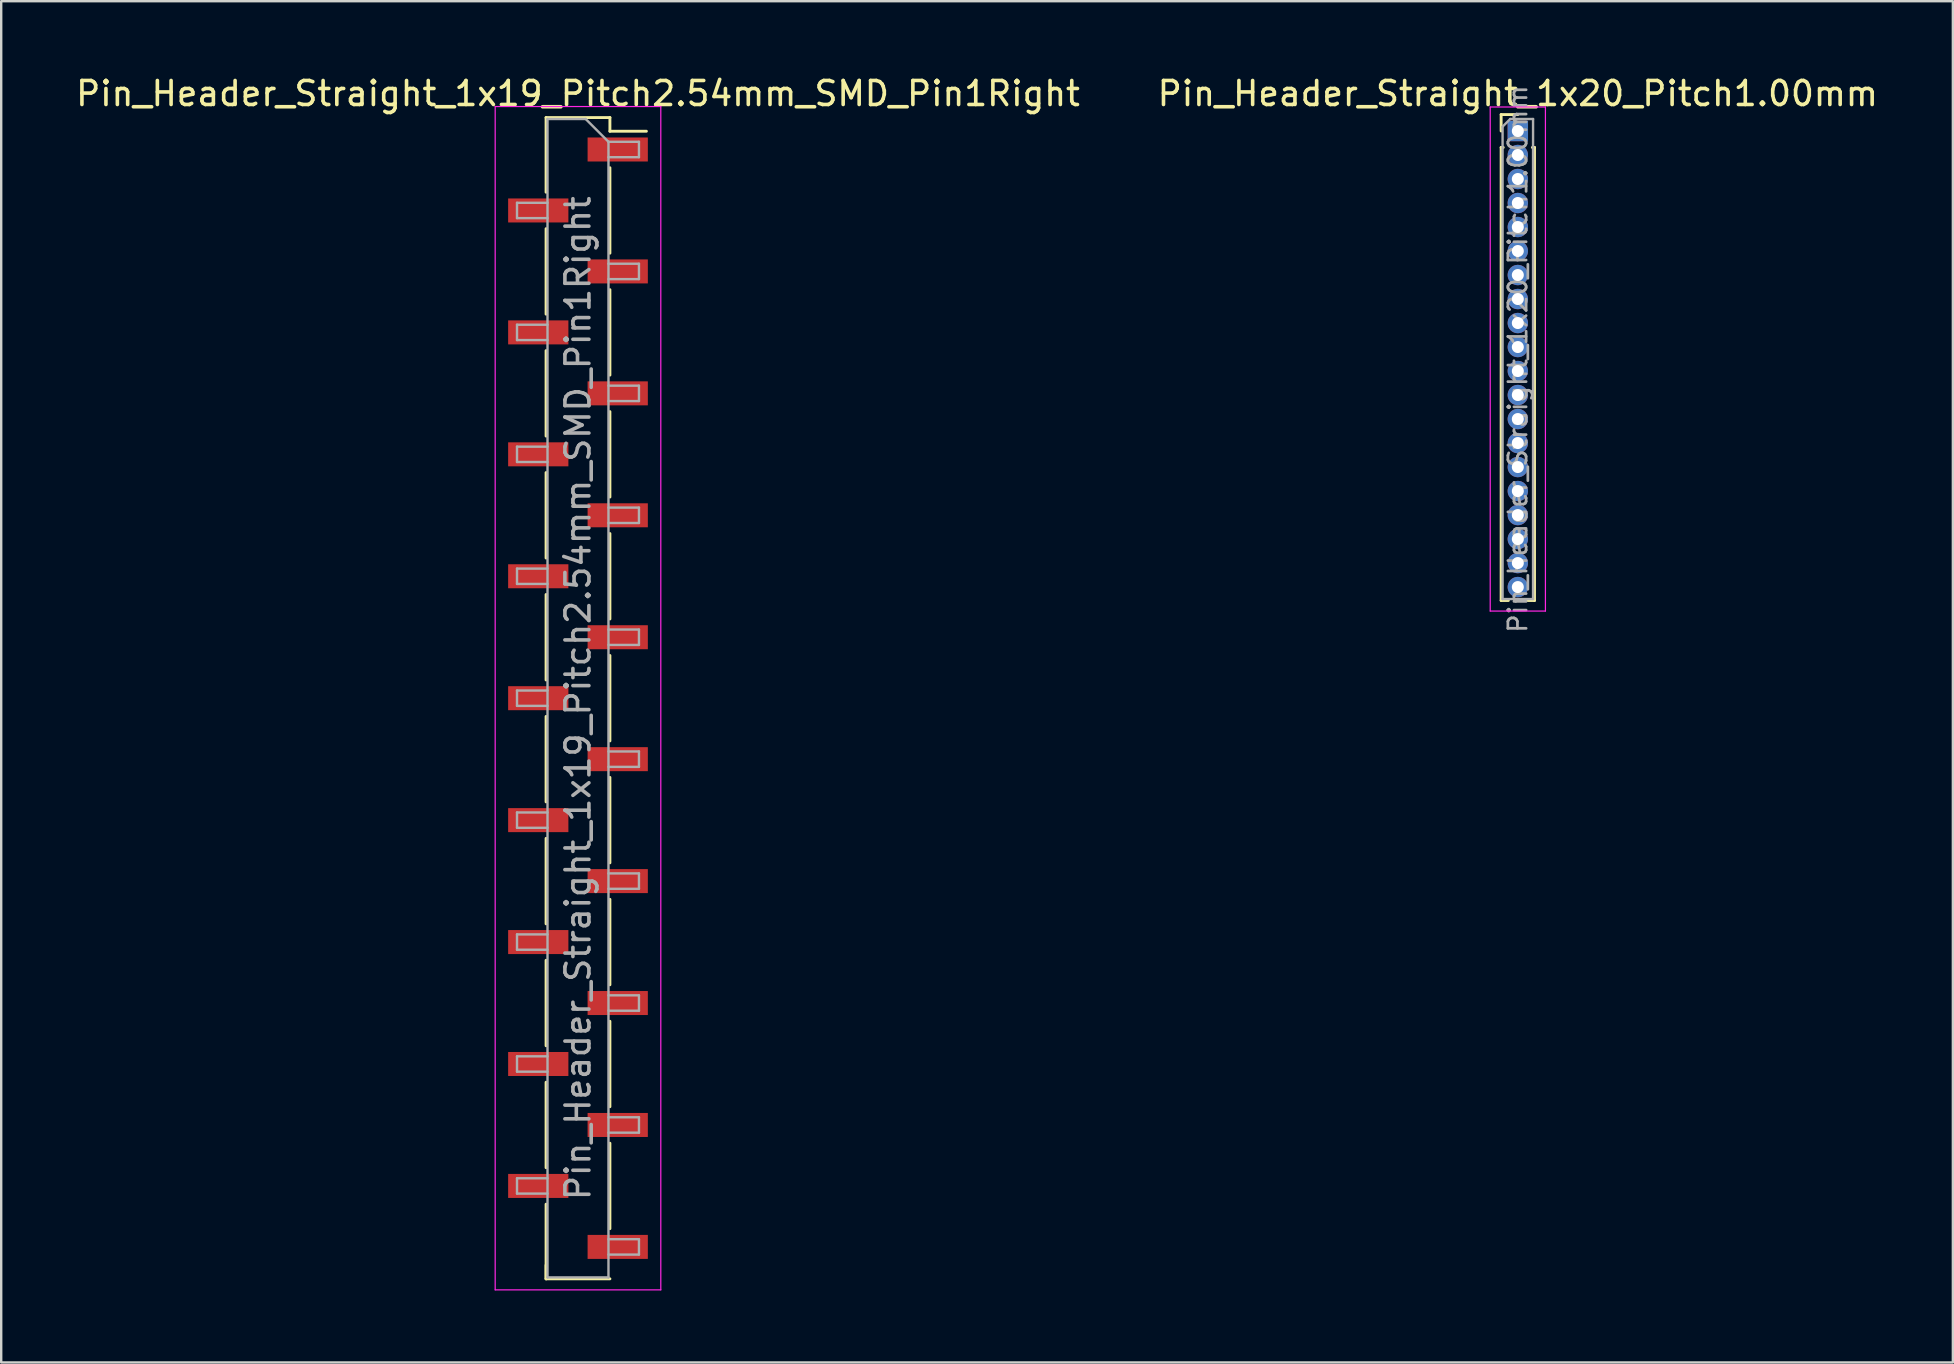
<source format=kicad_pcb>
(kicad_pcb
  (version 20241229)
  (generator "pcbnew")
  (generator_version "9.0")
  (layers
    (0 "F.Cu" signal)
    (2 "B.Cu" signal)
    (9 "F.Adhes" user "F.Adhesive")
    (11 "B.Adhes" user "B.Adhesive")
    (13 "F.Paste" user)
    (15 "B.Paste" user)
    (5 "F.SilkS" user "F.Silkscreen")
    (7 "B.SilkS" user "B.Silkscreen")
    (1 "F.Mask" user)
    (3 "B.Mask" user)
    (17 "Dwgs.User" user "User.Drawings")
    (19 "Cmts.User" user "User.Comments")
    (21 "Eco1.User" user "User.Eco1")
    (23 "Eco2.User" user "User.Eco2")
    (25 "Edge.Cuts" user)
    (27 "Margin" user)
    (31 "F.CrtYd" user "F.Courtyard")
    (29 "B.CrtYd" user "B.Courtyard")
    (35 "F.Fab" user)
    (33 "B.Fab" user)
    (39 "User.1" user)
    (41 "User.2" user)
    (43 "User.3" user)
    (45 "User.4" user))
  (footprint "Pin_Header_Straight_1x19_Pitch2.54mm_SMD_Pin1Right"
    (layer "F.Cu")
    (at 21.03 26.038)
    (property "Reference" "Pin_Header_Straight_1x19_Pitch2.54mm_SMD_Pin1Right" (at 0 -25.19 0) (layer "F.SilkS") (effects (font (size 1 1) (thickness 0.15))))
    (attr smd)
    (fp_line (start -1.33 -24.19) (end -1.33 -21.08) (stroke (width 0.12) (type solid)) (layer "F.SilkS"))
    (fp_line (start -1.33 -24.19) (end 1.33 -24.19) (stroke (width 0.12) (type solid)) (layer "F.SilkS"))
    (fp_line (start -1.33 -19.56) (end -1.33 -16) (stroke (width 0.12) (type solid)) (layer "F.SilkS"))
    (fp_line (start -1.33 -14.48) (end -1.33 -10.92) (stroke (width 0.12) (type solid)) (layer "F.SilkS"))
    (fp_line (start -1.33 -9.4) (end -1.33 -5.84) (stroke (width 0.12) (type solid)) (layer "F.SilkS"))
    (fp_line (start -1.33 -4.32) (end -1.33 -0.76) (stroke (width 0.12) (type solid)) (layer "F.SilkS"))
    (fp_line (start -1.33 0.76) (end -1.33 4.32) (stroke (width 0.12) (type solid)) (layer "F.SilkS"))
    (fp_line (start -1.33 5.84) (end -1.33 9.4) (stroke (width 0.12) (type solid)) (layer "F.SilkS"))
    (fp_line (start -1.33 10.92) (end -1.33 14.48) (stroke (width 0.12) (type solid)) (layer "F.SilkS"))
    (fp_line (start -1.33 16) (end -1.33 19.56) (stroke (width 0.12) (type solid)) (layer "F.SilkS"))
    (fp_line (start -1.33 21.08) (end -1.33 24.19) (stroke (width 0.12) (type solid)) (layer "F.SilkS"))
    (fp_line (start -1.33 23.62) (end -1.33 24.19) (stroke (width 0.12) (type solid)) (layer "F.SilkS"))
    (fp_line (start -1.33 24.19) (end 1.33 24.19) (stroke (width 0.12) (type solid)) (layer "F.SilkS"))
    (fp_line (start 1.33 -24.19) (end 1.33 -23.62) (stroke (width 0.12) (type solid)) (layer "F.SilkS"))
    (fp_line (start 1.33 -23.62) (end 2.85 -23.62) (stroke (width 0.12) (type solid)) (layer "F.SilkS"))
    (fp_line (start 1.33 -22.1) (end 1.33 -18.54) (stroke (width 0.12) (type solid)) (layer "F.SilkS"))
    (fp_line (start 1.33 -17.02) (end 1.33 -13.46) (stroke (width 0.12) (type solid)) (layer "F.SilkS"))
    (fp_line (start 1.33 -11.94) (end 1.33 -8.38) (stroke (width 0.12) (type solid)) (layer "F.SilkS"))
    (fp_line (start 1.33 -6.86) (end 1.33 -3.3) (stroke (width 0.12) (type solid)) (layer "F.SilkS"))
    (fp_line (start 1.33 -1.78) (end 1.33 1.78) (stroke (width 0.12) (type solid)) (layer "F.SilkS"))
    (fp_line (start 1.33 3.3) (end 1.33 6.86) (stroke (width 0.12) (type solid)) (layer "F.SilkS"))
    (fp_line (start 1.33 8.38) (end 1.33 11.94) (stroke (width 0.12) (type solid)) (layer "F.SilkS"))
    (fp_line (start 1.33 13.46) (end 1.33 17.02) (stroke (width 0.12) (type solid)) (layer "F.SilkS"))
    (fp_line (start 1.33 18.54) (end 1.33 22.1) (stroke (width 0.12) (type solid)) (layer "F.SilkS"))
    (fp_line (start -3.45 -24.65) (end -3.45 24.65) (stroke (width 0.05) (type solid)) (layer "F.CrtYd"))
    (fp_line (start -3.45 24.65) (end 3.45 24.65) (stroke (width 0.05) (type solid)) (layer "F.CrtYd"))
    (fp_line (start 3.45 -24.65) (end -3.45 -24.65) (stroke (width 0.05) (type solid)) (layer "F.CrtYd"))
    (fp_line (start 3.45 24.65) (end 3.45 -24.65) (stroke (width 0.05) (type solid)) (layer "F.CrtYd"))
    (fp_line (start -2.54 -20.64) (end -2.54 -20) (stroke (width 0.1) (type solid)) (layer "F.Fab"))
    (fp_line (start -2.54 -20) (end -1.27 -20) (stroke (width 0.1) (type solid)) (layer "F.Fab"))
    (fp_line (start -2.54 -15.56) (end -2.54 -14.92) (stroke (width 0.1) (type solid)) (layer "F.Fab"))
    (fp_line (start -2.54 -14.92) (end -1.27 -14.92) (stroke (width 0.1) (type solid)) (layer "F.Fab"))
    (fp_line (start -2.54 -10.48) (end -2.54 -9.84) (stroke (width 0.1) (type solid)) (layer "F.Fab"))
    (fp_line (start -2.54 -9.84) (end -1.27 -9.84) (stroke (width 0.1) (type solid)) (layer "F.Fab"))
    (fp_line (start -2.54 -5.4) (end -2.54 -4.76) (stroke (width 0.1) (type solid)) (layer "F.Fab"))
    (fp_line (start -2.54 -4.76) (end -1.27 -4.76) (stroke (width 0.1) (type solid)) (layer "F.Fab"))
    (fp_line (start -2.54 -0.32) (end -2.54 0.32) (stroke (width 0.1) (type solid)) (layer "F.Fab"))
    (fp_line (start -2.54 0.32) (end -1.27 0.32) (stroke (width 0.1) (type solid)) (layer "F.Fab"))
    (fp_line (start -2.54 4.76) (end -2.54 5.4) (stroke (width 0.1) (type solid)) (layer "F.Fab"))
    (fp_line (start -2.54 5.4) (end -1.27 5.4) (stroke (width 0.1) (type solid)) (layer "F.Fab"))
    (fp_line (start -2.54 9.84) (end -2.54 10.48) (stroke (width 0.1) (type solid)) (layer "F.Fab"))
    (fp_line (start -2.54 10.48) (end -1.27 10.48) (stroke (width 0.1) (type solid)) (layer "F.Fab"))
    (fp_line (start -2.54 14.92) (end -2.54 15.56) (stroke (width 0.1) (type solid)) (layer "F.Fab"))
    (fp_line (start -2.54 15.56) (end -1.27 15.56) (stroke (width 0.1) (type solid)) (layer "F.Fab"))
    (fp_line (start -2.54 20) (end -2.54 20.64) (stroke (width 0.1) (type solid)) (layer "F.Fab"))
    (fp_line (start -2.54 20.64) (end -1.27 20.64) (stroke (width 0.1) (type solid)) (layer "F.Fab"))
    (fp_line (start -1.27 -24.13) (end -1.27 24.13) (stroke (width 0.1) (type solid)) (layer "F.Fab"))
    (fp_line (start -1.27 -24.13) (end 0.32 -24.13) (stroke (width 0.1) (type solid)) (layer "F.Fab"))
    (fp_line (start -1.27 -20.64) (end -2.54 -20.64) (stroke (width 0.1) (type solid)) (layer "F.Fab"))
    (fp_line (start -1.27 -15.56) (end -2.54 -15.56) (stroke (width 0.1) (type solid)) (layer "F.Fab"))
    (fp_line (start -1.27 -10.48) (end -2.54 -10.48) (stroke (width 0.1) (type solid)) (layer "F.Fab"))
    (fp_line (start -1.27 -5.4) (end -2.54 -5.4) (stroke (width 0.1) (type solid)) (layer "F.Fab"))
    (fp_line (start -1.27 -0.32) (end -2.54 -0.32) (stroke (width 0.1) (type solid)) (layer "F.Fab"))
    (fp_line (start -1.27 4.76) (end -2.54 4.76) (stroke (width 0.1) (type solid)) (layer "F.Fab"))
    (fp_line (start -1.27 9.84) (end -2.54 9.84) (stroke (width 0.1) (type solid)) (layer "F.Fab"))
    (fp_line (start -1.27 14.92) (end -2.54 14.92) (stroke (width 0.1) (type solid)) (layer "F.Fab"))
    (fp_line (start -1.27 20) (end -2.54 20) (stroke (width 0.1) (type solid)) (layer "F.Fab"))
    (fp_line (start 1.27 -23.18) (end 0.32 -24.13) (stroke (width 0.1) (type solid)) (layer "F.Fab"))
    (fp_line (start 1.27 -23.18) (end 2.54 -23.18) (stroke (width 0.1) (type solid)) (layer "F.Fab"))
    (fp_line (start 1.27 -18.1) (end 2.54 -18.1) (stroke (width 0.1) (type solid)) (layer "F.Fab"))
    (fp_line (start 1.27 -13.02) (end 2.54 -13.02) (stroke (width 0.1) (type solid)) (layer "F.Fab"))
    (fp_line (start 1.27 -7.94) (end 2.54 -7.94) (stroke (width 0.1) (type solid)) (layer "F.Fab"))
    (fp_line (start 1.27 -2.86) (end 2.54 -2.86) (stroke (width 0.1) (type solid)) (layer "F.Fab"))
    (fp_line (start 1.27 2.22) (end 2.54 2.22) (stroke (width 0.1) (type solid)) (layer "F.Fab"))
    (fp_line (start 1.27 7.3) (end 2.54 7.3) (stroke (width 0.1) (type solid)) (layer "F.Fab"))
    (fp_line (start 1.27 12.38) (end 2.54 12.38) (stroke (width 0.1) (type solid)) (layer "F.Fab"))
    (fp_line (start 1.27 17.46) (end 2.54 17.46) (stroke (width 0.1) (type solid)) (layer "F.Fab"))
    (fp_line (start 1.27 22.54) (end 2.54 22.54) (stroke (width 0.1) (type solid)) (layer "F.Fab"))
    (fp_line (start 1.27 24.13) (end -1.27 24.13) (stroke (width 0.1) (type solid)) (layer "F.Fab"))
    (fp_line (start 1.27 24.13) (end 1.27 -23.18) (stroke (width 0.1) (type solid)) (layer "F.Fab"))
    (fp_line (start 2.54 -23.18) (end 2.54 -22.54) (stroke (width 0.1) (type solid)) (layer "F.Fab"))
    (fp_line (start 2.54 -22.54) (end 1.27 -22.54) (stroke (width 0.1) (type solid)) (layer "F.Fab"))
    (fp_line (start 2.54 -18.1) (end 2.54 -17.46) (stroke (width 0.1) (type solid)) (layer "F.Fab"))
    (fp_line (start 2.54 -17.46) (end 1.27 -17.46) (stroke (width 0.1) (type solid)) (layer "F.Fab"))
    (fp_line (start 2.54 -13.02) (end 2.54 -12.38) (stroke (width 0.1) (type solid)) (layer "F.Fab"))
    (fp_line (start 2.54 -12.38) (end 1.27 -12.38) (stroke (width 0.1) (type solid)) (layer "F.Fab"))
    (fp_line (start 2.54 -7.94) (end 2.54 -7.3) (stroke (width 0.1) (type solid)) (layer "F.Fab"))
    (fp_line (start 2.54 -7.3) (end 1.27 -7.3) (stroke (width 0.1) (type solid)) (layer "F.Fab"))
    (fp_line (start 2.54 -2.86) (end 2.54 -2.22) (stroke (width 0.1) (type solid)) (layer "F.Fab"))
    (fp_line (start 2.54 -2.22) (end 1.27 -2.22) (stroke (width 0.1) (type solid)) (layer "F.Fab"))
    (fp_line (start 2.54 2.22) (end 2.54 2.86) (stroke (width 0.1) (type solid)) (layer "F.Fab"))
    (fp_line (start 2.54 2.86) (end 1.27 2.86) (stroke (width 0.1) (type solid)) (layer "F.Fab"))
    (fp_line (start 2.54 7.3) (end 2.54 7.94) (stroke (width 0.1) (type solid)) (layer "F.Fab"))
    (fp_line (start 2.54 7.94) (end 1.27 7.94) (stroke (width 0.1) (type solid)) (layer "F.Fab"))
    (fp_line (start 2.54 12.38) (end 2.54 13.02) (stroke (width 0.1) (type solid)) (layer "F.Fab"))
    (fp_line (start 2.54 13.02) (end 1.27 13.02) (stroke (width 0.1) (type solid)) (layer "F.Fab"))
    (fp_line (start 2.54 17.46) (end 2.54 18.1) (stroke (width 0.1) (type solid)) (layer "F.Fab"))
    (fp_line (start 2.54 18.1) (end 1.27 18.1) (stroke (width 0.1) (type solid)) (layer "F.Fab"))
    (fp_line (start 2.54 22.54) (end 2.54 23.18) (stroke (width 0.1) (type solid)) (layer "F.Fab"))
    (fp_line (start 2.54 23.18) (end 1.27 23.18) (stroke (width 0.1) (type solid)) (layer "F.Fab"))
    (fp_text user "${REFERENCE}" (at 0 0 90) (layer "F.Fab") (effects (font (size 1 1) (thickness 0.15))))
    (pad "1" smd rect (at 1.655 -22.86) (size 2.51 1) (layers "F.Cu" "F.Mask" "F.Paste"))
    (pad "2" smd rect (at -1.655 -20.32) (size 2.51 1) (layers "F.Cu" "F.Mask" "F.Paste"))
    (pad "3" smd rect (at 1.655 -17.78) (size 2.51 1) (layers "F.Cu" "F.Mask" "F.Paste"))
    (pad "4" smd rect (at -1.655 -15.24) (size 2.51 1) (layers "F.Cu" "F.Mask" "F.Paste"))
    (pad "5" smd rect (at 1.655 -12.7) (size 2.51 1) (layers "F.Cu" "F.Mask" "F.Paste"))
    (pad "6" smd rect (at -1.655 -10.16) (size 2.51 1) (layers "F.Cu" "F.Mask" "F.Paste"))
    (pad "7" smd rect (at 1.655 -7.62) (size 2.51 1) (layers "F.Cu" "F.Mask" "F.Paste"))
    (pad "8" smd rect (at -1.655 -5.08) (size 2.51 1) (layers "F.Cu" "F.Mask" "F.Paste"))
    (pad "9" smd rect (at 1.655 -2.54) (size 2.51 1) (layers "F.Cu" "F.Mask" "F.Paste"))
    (pad "10" smd rect (at -1.655 0) (size 2.51 1) (layers "F.Cu" "F.Mask" "F.Paste"))
    (pad "11" smd rect (at 1.655 2.54) (size 2.51 1) (layers "F.Cu" "F.Mask" "F.Paste"))
    (pad "12" smd rect (at -1.655 5.08) (size 2.51 1) (layers "F.Cu" "F.Mask" "F.Paste"))
    (pad "13" smd rect (at 1.655 7.62) (size 2.51 1) (layers "F.Cu" "F.Mask" "F.Paste"))
    (pad "14" smd rect (at -1.655 10.16) (size 2.51 1) (layers "F.Cu" "F.Mask" "F.Paste"))
    (pad "15" smd rect (at 1.655 12.7) (size 2.51 1) (layers "F.Cu" "F.Mask" "F.Paste"))
    (pad "16" smd rect (at -1.655 15.24) (size 2.51 1) (layers "F.Cu" "F.Mask" "F.Paste"))
    (pad "17" smd rect (at 1.655 17.78) (size 2.51 1) (layers "F.Cu" "F.Mask" "F.Paste"))
    (pad "18" smd rect (at -1.655 20.32) (size 2.51 1) (layers "F.Cu" "F.Mask" "F.Paste"))
    (pad "19" smd rect (at 1.655 22.86) (size 2.51 1) (layers "F.Cu" "F.Mask" "F.Paste")))
  (footprint "Pin_Header_Straight_1x20_Pitch1.00mm"
    (layer "F.Cu")
    (at 60.185 2.408)
    (property "Reference" "Pin_Header_Straight_1x20_Pitch1.00mm" (at 0 -1.56 0) (layer "F.SilkS") (effects (font (size 1 1) (thickness 0.15))))
    (attr through_hole)
    (fp_line (start -0.695 -0.685) (end 0 -0.685) (stroke (width 0.12) (type solid)) (layer "F.SilkS"))
    (fp_line (start -0.695 0) (end -0.695 -0.685) (stroke (width 0.12) (type solid)) (layer "F.SilkS"))
    (fp_line (start -0.695 0.685) (end -0.695 19.56) (stroke (width 0.12) (type solid)) (layer "F.SilkS"))
    (fp_line (start -0.695 0.685) (end -0.608 0.685) (stroke (width 0.12) (type solid)) (layer "F.SilkS"))
    (fp_line (start -0.695 19.56) (end -0.394 19.56) (stroke (width 0.12) (type solid)) (layer "F.SilkS"))
    (fp_line (start 0.394 19.56) (end 0.695 19.56) (stroke (width 0.12) (type solid)) (layer "F.SilkS"))
    (fp_line (start 0.608 0.685) (end 0.695 0.685) (stroke (width 0.12) (type solid)) (layer "F.SilkS"))
    (fp_line (start 0.695 0.685) (end 0.695 19.56) (stroke (width 0.12) (type solid)) (layer "F.SilkS"))
    (fp_line (start -1.15 -1) (end -1.15 20) (stroke (width 0.05) (type solid)) (layer "F.CrtYd"))
    (fp_line (start -1.15 20) (end 1.15 20) (stroke (width 0.05) (type solid)) (layer "F.CrtYd"))
    (fp_line (start 1.15 -1) (end -1.15 -1) (stroke (width 0.05) (type solid)) (layer "F.CrtYd"))
    (fp_line (start 1.15 20) (end 1.15 -1) (stroke (width 0.05) (type solid)) (layer "F.CrtYd"))
    (fp_line (start -0.635 -0.182) (end -0.318 -0.5) (stroke (width 0.1) (type solid)) (layer "F.Fab"))
    (fp_line (start -0.635 19.5) (end -0.635 -0.182) (stroke (width 0.1) (type solid)) (layer "F.Fab"))
    (fp_line (start -0.318 -0.5) (end 0.635 -0.5) (stroke (width 0.1) (type solid)) (layer "F.Fab"))
    (fp_line (start 0.635 -0.5) (end 0.635 19.5) (stroke (width 0.1) (type solid)) (layer "F.Fab"))
    (fp_line (start 0.635 19.5) (end -0.635 19.5) (stroke (width 0.1) (type solid)) (layer "F.Fab"))
    (fp_text user "${REFERENCE}" (at 0 9.5 90) (layer "F.Fab") (effects (font (size 0.76 0.76) (thickness 0.114))))
    (pad "1" thru_hole rect (at 0 0) (size 0.85 0.85) (drill 0.5) (layers "*.Cu" "*.Mask"))
    (pad "2" thru_hole oval (at 0 1) (size 0.85 0.85) (drill 0.5) (layers "*.Cu" "*.Mask"))
    (pad "3" thru_hole oval (at 0 2) (size 0.85 0.85) (drill 0.5) (layers "*.Cu" "*.Mask"))
    (pad "4" thru_hole oval (at 0 3) (size 0.85 0.85) (drill 0.5) (layers "*.Cu" "*.Mask"))
    (pad "5" thru_hole oval (at 0 4) (size 0.85 0.85) (drill 0.5) (layers "*.Cu" "*.Mask"))
    (pad "6" thru_hole oval (at 0 5) (size 0.85 0.85) (drill 0.5) (layers "*.Cu" "*.Mask"))
    (pad "7" thru_hole oval (at 0 6) (size 0.85 0.85) (drill 0.5) (layers "*.Cu" "*.Mask"))
    (pad "8" thru_hole oval (at 0 7) (size 0.85 0.85) (drill 0.5) (layers "*.Cu" "*.Mask"))
    (pad "9" thru_hole oval (at 0 8) (size 0.85 0.85) (drill 0.5) (layers "*.Cu" "*.Mask"))
    (pad "10" thru_hole oval (at 0 9) (size 0.85 0.85) (drill 0.5) (layers "*.Cu" "*.Mask"))
    (pad "11" thru_hole oval (at 0 10) (size 0.85 0.85) (drill 0.5) (layers "*.Cu" "*.Mask"))
    (pad "12" thru_hole oval (at 0 11) (size 0.85 0.85) (drill 0.5) (layers "*.Cu" "*.Mask"))
    (pad "13" thru_hole oval (at 0 12) (size 0.85 0.85) (drill 0.5) (layers "*.Cu" "*.Mask"))
    (pad "14" thru_hole oval (at 0 13) (size 0.85 0.85) (drill 0.5) (layers "*.Cu" "*.Mask"))
    (pad "15" thru_hole oval (at 0 14) (size 0.85 0.85) (drill 0.5) (layers "*.Cu" "*.Mask"))
    (pad "16" thru_hole oval (at 0 15) (size 0.85 0.85) (drill 0.5) (layers "*.Cu" "*.Mask"))
    (pad "17" thru_hole oval (at 0 16) (size 0.85 0.85) (drill 0.5) (layers "*.Cu" "*.Mask"))
    (pad "18" thru_hole oval (at 0 17) (size 0.85 0.85) (drill 0.5) (layers "*.Cu" "*.Mask"))
    (pad "19" thru_hole oval (at 0 18) (size 0.85 0.85) (drill 0.5) (layers "*.Cu" "*.Mask"))
    (pad "20" thru_hole oval (at 0 19) (size 0.85 0.85) (drill 0.5) (layers "*.Cu" "*.Mask")))
  (gr_rect
    (start -3 -3)
    (end 78.31 53.713)
    (stroke (width 0.1) (type default))
    (fill no)
    (layer "Edge.Cuts")))
</source>
